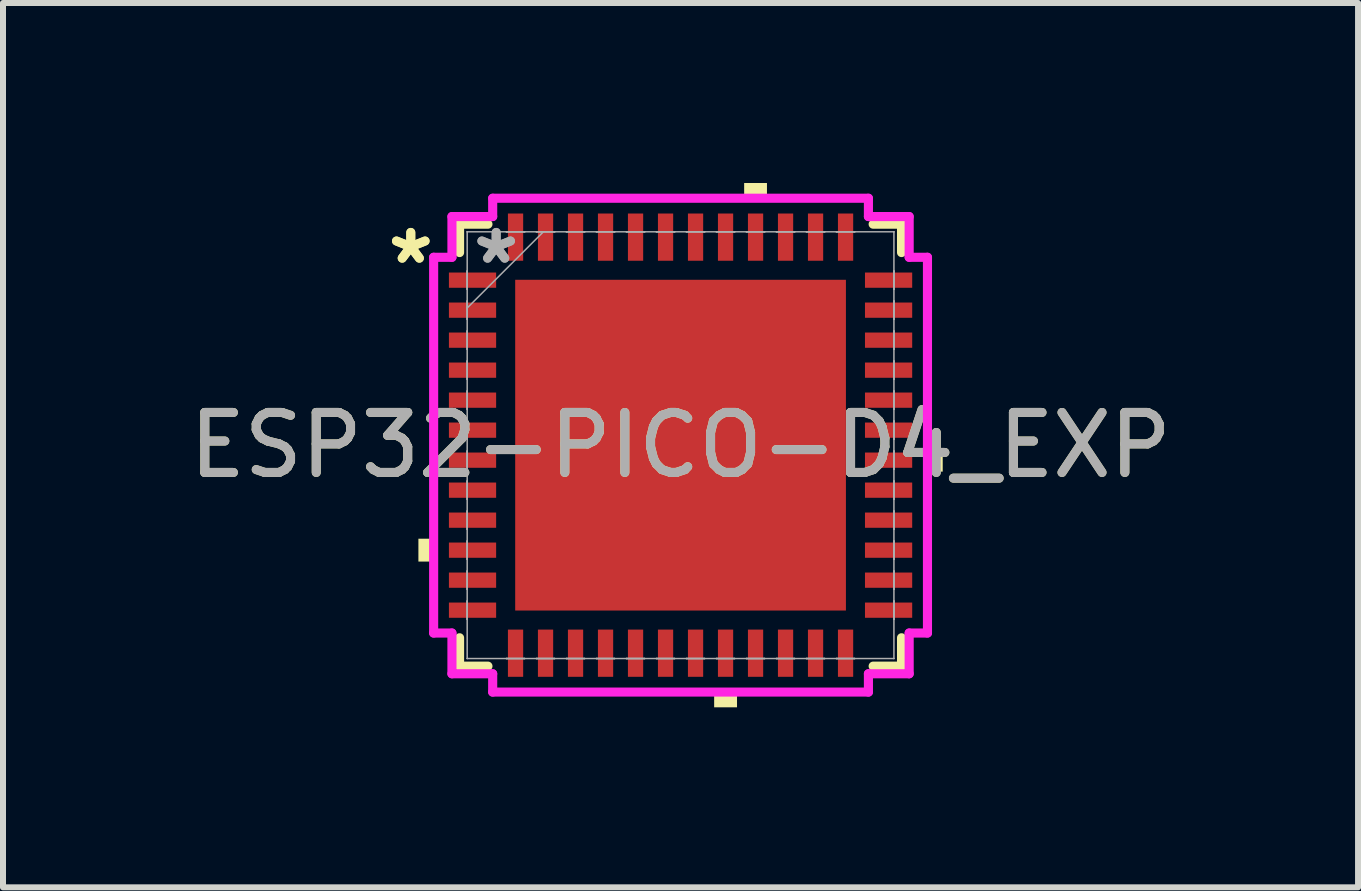
<source format=kicad_pcb>
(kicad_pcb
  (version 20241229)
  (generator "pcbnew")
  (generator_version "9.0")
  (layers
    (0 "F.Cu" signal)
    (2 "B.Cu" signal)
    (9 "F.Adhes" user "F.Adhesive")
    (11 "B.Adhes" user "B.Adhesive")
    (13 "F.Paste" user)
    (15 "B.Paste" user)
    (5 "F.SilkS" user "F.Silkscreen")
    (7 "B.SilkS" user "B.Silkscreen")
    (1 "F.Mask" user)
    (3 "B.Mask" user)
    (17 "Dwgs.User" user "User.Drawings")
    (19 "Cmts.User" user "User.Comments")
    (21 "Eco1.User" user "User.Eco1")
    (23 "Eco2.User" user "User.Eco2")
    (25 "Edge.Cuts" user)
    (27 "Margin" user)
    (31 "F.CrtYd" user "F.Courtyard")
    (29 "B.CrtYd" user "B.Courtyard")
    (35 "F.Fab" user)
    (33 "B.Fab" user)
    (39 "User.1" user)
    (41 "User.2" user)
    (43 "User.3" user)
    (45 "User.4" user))
  (footprint "ESP32-PICO-D4_EXP"
    (layer "F.Cu")
    (at 8.292 4.369)
    (property "Reference" "ESP32-PICO-D4_EXP" (at 0 0 0) (unlocked yes) (layer "F.SilkS") (effects (font (size 1 1) (thickness 0.15))))
    (attr smd)
    (fp_line (start -3.683 -3.683) (end -3.683 -3.21) (stroke (width 0.152) (type solid)) (layer "F.SilkS"))
    (fp_line (start -3.683 3.21) (end -3.683 3.683) (stroke (width 0.152) (type solid)) (layer "F.SilkS"))
    (fp_line (start -3.683 3.683) (end -3.21 3.683) (stroke (width 0.152) (type solid)) (layer "F.SilkS"))
    (fp_line (start -3.21 -3.683) (end -3.683 -3.683) (stroke (width 0.152) (type solid)) (layer "F.SilkS"))
    (fp_line (start 3.21 3.683) (end 3.683 3.683) (stroke (width 0.152) (type solid)) (layer "F.SilkS"))
    (fp_line (start 3.683 -3.683) (end 3.21 -3.683) (stroke (width 0.152) (type solid)) (layer "F.SilkS"))
    (fp_line (start 3.683 -3.21) (end 3.683 -3.683) (stroke (width 0.152) (type solid)) (layer "F.SilkS"))
    (fp_line (start 3.683 3.683) (end 3.683 3.21) (stroke (width 0.152) (type solid)) (layer "F.SilkS"))
    (fp_poly (pts (xy -4.369 1.559) (xy -4.369 1.94) (xy -4.115 1.94) (xy -4.115 1.559)) (stroke (width 0) (type solid)) (fill yes) (layer "F.SilkS"))
    (fp_poly (pts (xy 0.56 4.115) (xy 0.56 4.369) (xy 0.941 4.369) (xy 0.941 4.115)) (stroke (width 0) (type solid)) (fill yes) (layer "F.SilkS"))
    (fp_poly (pts (xy 1.06 -4.115) (xy 1.06 -4.369) (xy 1.44 -4.369) (xy 1.44 -4.115)) (stroke (width 0) (type solid)) (fill yes) (layer "F.SilkS"))
    (fp_poly (pts (xy 4.369 0.059) (xy 4.369 0.441) (xy 4.115 0.441) (xy 4.115 0.059)) (stroke (width 0) (type solid)) (fill yes) (layer "F.SilkS"))
    (fp_poly (pts (xy -2.656 -2.656) (xy -2.656 -1.478) (xy -1.478 -1.478) (xy -1.478 -2.656)) (stroke (width 0) (type solid)) (fill yes) (layer "F.Paste"))
    (fp_poly (pts (xy -2.656 -1.278) (xy -2.656 -0.1) (xy -1.478 -0.1) (xy -1.478 -1.278)) (stroke (width 0) (type solid)) (fill yes) (layer "F.Paste"))
    (fp_poly (pts (xy -2.656 0.1) (xy -2.656 1.278) (xy -1.478 1.278) (xy -1.478 0.1)) (stroke (width 0) (type solid)) (fill yes) (layer "F.Paste"))
    (fp_poly (pts (xy -2.656 1.478) (xy -2.656 2.656) (xy -1.478 2.656) (xy -1.478 1.478)) (stroke (width 0) (type solid)) (fill yes) (layer "F.Paste"))
    (fp_poly (pts (xy -1.278 -2.656) (xy -1.278 -1.478) (xy -0.1 -1.478) (xy -0.1 -2.656)) (stroke (width 0) (type solid)) (fill yes) (layer "F.Paste"))
    (fp_poly (pts (xy -1.278 -1.278) (xy -1.278 -0.1) (xy -0.1 -0.1) (xy -0.1 -1.278)) (stroke (width 0) (type solid)) (fill yes) (layer "F.Paste"))
    (fp_poly (pts (xy -1.278 0.1) (xy -1.278 1.278) (xy -0.1 1.278) (xy -0.1 0.1)) (stroke (width 0) (type solid)) (fill yes) (layer "F.Paste"))
    (fp_poly (pts (xy -1.278 1.478) (xy -1.278 2.656) (xy -0.1 2.656) (xy -0.1 1.478)) (stroke (width 0) (type solid)) (fill yes) (layer "F.Paste"))
    (fp_poly (pts (xy 0.1 -2.656) (xy 0.1 -1.478) (xy 1.278 -1.478) (xy 1.278 -2.656)) (stroke (width 0) (type solid)) (fill yes) (layer "F.Paste"))
    (fp_poly (pts (xy 0.1 -1.278) (xy 0.1 -0.1) (xy 1.278 -0.1) (xy 1.278 -1.278)) (stroke (width 0) (type solid)) (fill yes) (layer "F.Paste"))
    (fp_poly (pts (xy 0.1 0.1) (xy 0.1 1.278) (xy 1.278 1.278) (xy 1.278 0.1)) (stroke (width 0) (type solid)) (fill yes) (layer "F.Paste"))
    (fp_poly (pts (xy 0.1 1.478) (xy 0.1 2.656) (xy 1.278 2.656) (xy 1.278 1.478)) (stroke (width 0) (type solid)) (fill yes) (layer "F.Paste"))
    (fp_poly (pts (xy 1.478 -2.656) (xy 1.478 -1.478) (xy 2.656 -1.478) (xy 2.656 -2.656)) (stroke (width 0) (type solid)) (fill yes) (layer "F.Paste"))
    (fp_poly (pts (xy 1.478 -1.278) (xy 1.478 -0.1) (xy 2.656 -0.1) (xy 2.656 -1.278)) (stroke (width 0) (type solid)) (fill yes) (layer "F.Paste"))
    (fp_poly (pts (xy 1.478 0.1) (xy 1.478 1.278) (xy 2.656 1.278) (xy 2.656 0.1)) (stroke (width 0) (type solid)) (fill yes) (layer "F.Paste"))
    (fp_poly (pts (xy 1.478 1.478) (xy 1.478 2.656) (xy 2.656 2.656) (xy 2.656 1.478)) (stroke (width 0) (type solid)) (fill yes) (layer "F.Paste"))
    (fp_line (start -4.115 -3.131) (end -3.81 -3.131) (stroke (width 0.152) (type solid)) (layer "F.CrtYd"))
    (fp_line (start -4.115 3.131) (end -4.115 -3.131) (stroke (width 0.152) (type solid)) (layer "F.CrtYd"))
    (fp_line (start -3.81 -3.81) (end -3.131 -3.81) (stroke (width 0.152) (type solid)) (layer "F.CrtYd"))
    (fp_line (start -3.81 -3.131) (end -3.81 -3.81) (stroke (width 0.152) (type solid)) (layer "F.CrtYd"))
    (fp_line (start -3.81 3.131) (end -4.115 3.131) (stroke (width 0.152) (type solid)) (layer "F.CrtYd"))
    (fp_line (start -3.81 3.81) (end -3.81 3.131) (stroke (width 0.152) (type solid)) (layer "F.CrtYd"))
    (fp_line (start -3.131 -4.115) (end 3.131 -4.115) (stroke (width 0.152) (type solid)) (layer "F.CrtYd"))
    (fp_line (start -3.131 -3.81) (end -3.131 -4.115) (stroke (width 0.152) (type solid)) (layer "F.CrtYd"))
    (fp_line (start -3.131 3.81) (end -3.81 3.81) (stroke (width 0.152) (type solid)) (layer "F.CrtYd"))
    (fp_line (start -3.131 4.115) (end -3.131 3.81) (stroke (width 0.152) (type solid)) (layer "F.CrtYd"))
    (fp_line (start 3.131 -4.115) (end 3.131 -3.81) (stroke (width 0.152) (type solid)) (layer "F.CrtYd"))
    (fp_line (start 3.131 -3.81) (end 3.81 -3.81) (stroke (width 0.152) (type solid)) (layer "F.CrtYd"))
    (fp_line (start 3.131 3.81) (end 3.131 4.115) (stroke (width 0.152) (type solid)) (layer "F.CrtYd"))
    (fp_line (start 3.131 4.115) (end -3.131 4.115) (stroke (width 0.152) (type solid)) (layer "F.CrtYd"))
    (fp_line (start 3.81 -3.81) (end 3.81 -3.131) (stroke (width 0.152) (type solid)) (layer "F.CrtYd"))
    (fp_line (start 3.81 -3.131) (end 4.115 -3.131) (stroke (width 0.152) (type solid)) (layer "F.CrtYd"))
    (fp_line (start 3.81 3.131) (end 3.81 3.81) (stroke (width 0.152) (type solid)) (layer "F.CrtYd"))
    (fp_line (start 3.81 3.81) (end 3.131 3.81) (stroke (width 0.152) (type solid)) (layer "F.CrtYd"))
    (fp_line (start 4.115 -3.131) (end 4.115 3.131) (stroke (width 0.152) (type solid)) (layer "F.CrtYd"))
    (fp_line (start 4.115 3.131) (end 3.81 3.131) (stroke (width 0.152) (type solid)) (layer "F.CrtYd"))
    (fp_line (start -3.556 -3.556) (end -3.556 -3.556) (stroke (width 0.025) (type solid)) (layer "F.Fab"))
    (fp_line (start -3.556 -3.556) (end -3.556 3.556) (stroke (width 0.025) (type solid)) (layer "F.Fab"))
    (fp_line (start -3.556 -2.902) (end -3.556 -2.902) (stroke (width 0.025) (type solid)) (layer "F.Fab"))
    (fp_line (start -3.556 -2.902) (end -3.556 -2.598) (stroke (width 0.025) (type solid)) (layer "F.Fab"))
    (fp_line (start -3.556 -2.598) (end -3.556 -2.902) (stroke (width 0.025) (type solid)) (layer "F.Fab"))
    (fp_line (start -3.556 -2.598) (end -3.556 -2.598) (stroke (width 0.025) (type solid)) (layer "F.Fab"))
    (fp_line (start -3.556 -2.402) (end -3.556 -2.402) (stroke (width 0.025) (type solid)) (layer "F.Fab"))
    (fp_line (start -3.556 -2.402) (end -3.556 -2.098) (stroke (width 0.025) (type solid)) (layer "F.Fab"))
    (fp_line (start -3.556 -2.286) (end -2.286 -3.556) (stroke (width 0.025) (type solid)) (layer "F.Fab"))
    (fp_line (start -3.556 -2.098) (end -3.556 -2.402) (stroke (width 0.025) (type solid)) (layer "F.Fab"))
    (fp_line (start -3.556 -2.098) (end -3.556 -2.098) (stroke (width 0.025) (type solid)) (layer "F.Fab"))
    (fp_line (start -3.556 -1.902) (end -3.556 -1.902) (stroke (width 0.025) (type solid)) (layer "F.Fab"))
    (fp_line (start -3.556 -1.902) (end -3.556 -1.598) (stroke (width 0.025) (type solid)) (layer "F.Fab"))
    (fp_line (start -3.556 -1.598) (end -3.556 -1.902) (stroke (width 0.025) (type solid)) (layer "F.Fab"))
    (fp_line (start -3.556 -1.598) (end -3.556 -1.598) (stroke (width 0.025) (type solid)) (layer "F.Fab"))
    (fp_line (start -3.556 -1.402) (end -3.556 -1.402) (stroke (width 0.025) (type solid)) (layer "F.Fab"))
    (fp_line (start -3.556 -1.402) (end -3.556 -1.098) (stroke (width 0.025) (type solid)) (layer "F.Fab"))
    (fp_line (start -3.556 -1.098) (end -3.556 -1.402) (stroke (width 0.025) (type solid)) (layer "F.Fab"))
    (fp_line (start -3.556 -1.098) (end -3.556 -1.098) (stroke (width 0.025) (type solid)) (layer "F.Fab"))
    (fp_line (start -3.556 -0.902) (end -3.556 -0.902) (stroke (width 0.025) (type solid)) (layer "F.Fab"))
    (fp_line (start -3.556 -0.902) (end -3.556 -0.598) (stroke (width 0.025) (type solid)) (layer "F.Fab"))
    (fp_line (start -3.556 -0.598) (end -3.556 -0.902) (stroke (width 0.025) (type solid)) (layer "F.Fab"))
    (fp_line (start -3.556 -0.598) (end -3.556 -0.598) (stroke (width 0.025) (type solid)) (layer "F.Fab"))
    (fp_line (start -3.556 -0.402) (end -3.556 -0.402) (stroke (width 0.025) (type solid)) (layer "F.Fab"))
    (fp_line (start -3.556 -0.402) (end -3.556 -0.098) (stroke (width 0.025) (type solid)) (layer "F.Fab"))
    (fp_line (start -3.556 -0.098) (end -3.556 -0.402) (stroke (width 0.025) (type solid)) (layer "F.Fab"))
    (fp_line (start -3.556 -0.098) (end -3.556 -0.098) (stroke (width 0.025) (type solid)) (layer "F.Fab"))
    (fp_line (start -3.556 0.098) (end -3.556 0.098) (stroke (width 0.025) (type solid)) (layer "F.Fab"))
    (fp_line (start -3.556 0.098) (end -3.556 0.402) (stroke (width 0.025) (type solid)) (layer "F.Fab"))
    (fp_line (start -3.556 0.402) (end -3.556 0.098) (stroke (width 0.025) (type solid)) (layer "F.Fab"))
    (fp_line (start -3.556 0.402) (end -3.556 0.402) (stroke (width 0.025) (type solid)) (layer "F.Fab"))
    (fp_line (start -3.556 0.598) (end -3.556 0.598) (stroke (width 0.025) (type solid)) (layer "F.Fab"))
    (fp_line (start -3.556 0.598) (end -3.556 0.902) (stroke (width 0.025) (type solid)) (layer "F.Fab"))
    (fp_line (start -3.556 0.902) (end -3.556 0.598) (stroke (width 0.025) (type solid)) (layer "F.Fab"))
    (fp_line (start -3.556 0.902) (end -3.556 0.902) (stroke (width 0.025) (type solid)) (layer "F.Fab"))
    (fp_line (start -3.556 1.098) (end -3.556 1.098) (stroke (width 0.025) (type solid)) (layer "F.Fab"))
    (fp_line (start -3.556 1.098) (end -3.556 1.402) (stroke (width 0.025) (type solid)) (layer "F.Fab"))
    (fp_line (start -3.556 1.402) (end -3.556 1.098) (stroke (width 0.025) (type solid)) (layer "F.Fab"))
    (fp_line (start -3.556 1.402) (end -3.556 1.402) (stroke (width 0.025) (type solid)) (layer "F.Fab"))
    (fp_line (start -3.556 1.598) (end -3.556 1.598) (stroke (width 0.025) (type solid)) (layer "F.Fab"))
    (fp_line (start -3.556 1.598) (end -3.556 1.902) (stroke (width 0.025) (type solid)) (layer "F.Fab"))
    (fp_line (start -3.556 1.902) (end -3.556 1.598) (stroke (width 0.025) (type solid)) (layer "F.Fab"))
    (fp_line (start -3.556 1.902) (end -3.556 1.902) (stroke (width 0.025) (type solid)) (layer "F.Fab"))
    (fp_line (start -3.556 2.098) (end -3.556 2.098) (stroke (width 0.025) (type solid)) (layer "F.Fab"))
    (fp_line (start -3.556 2.098) (end -3.556 2.402) (stroke (width 0.025) (type solid)) (layer "F.Fab"))
    (fp_line (start -3.556 2.402) (end -3.556 2.098) (stroke (width 0.025) (type solid)) (layer "F.Fab"))
    (fp_line (start -3.556 2.402) (end -3.556 2.402) (stroke (width 0.025) (type solid)) (layer "F.Fab"))
    (fp_line (start -3.556 2.598) (end -3.556 2.598) (stroke (width 0.025) (type solid)) (layer "F.Fab"))
    (fp_line (start -3.556 2.598) (end -3.556 2.902) (stroke (width 0.025) (type solid)) (layer "F.Fab"))
    (fp_line (start -3.556 2.902) (end -3.556 2.598) (stroke (width 0.025) (type solid)) (layer "F.Fab"))
    (fp_line (start -3.556 2.902) (end -3.556 2.902) (stroke (width 0.025) (type solid)) (layer "F.Fab"))
    (fp_line (start -3.556 3.556) (end -3.556 3.556) (stroke (width 0.025) (type solid)) (layer "F.Fab"))
    (fp_line (start -3.556 3.556) (end 3.556 3.556) (stroke (width 0.025) (type solid)) (layer "F.Fab"))
    (fp_line (start -2.902 -3.556) (end -2.902 -3.556) (stroke (width 0.025) (type solid)) (layer "F.Fab"))
    (fp_line (start -2.902 -3.556) (end -2.598 -3.556) (stroke (width 0.025) (type solid)) (layer "F.Fab"))
    (fp_line (start -2.902 3.556) (end -2.902 3.556) (stroke (width 0.025) (type solid)) (layer "F.Fab"))
    (fp_line (start -2.902 3.556) (end -2.598 3.556) (stroke (width 0.025) (type solid)) (layer "F.Fab"))
    (fp_line (start -2.598 -3.556) (end -2.902 -3.556) (stroke (width 0.025) (type solid)) (layer "F.Fab"))
    (fp_line (start -2.598 -3.556) (end -2.598 -3.556) (stroke (width 0.025) (type solid)) (layer "F.Fab"))
    (fp_line (start -2.598 3.556) (end -2.902 3.556) (stroke (width 0.025) (type solid)) (layer "F.Fab"))
    (fp_line (start -2.598 3.556) (end -2.598 3.556) (stroke (width 0.025) (type solid)) (layer "F.Fab"))
    (fp_line (start -2.402 -3.556) (end -2.402 -3.556) (stroke (width 0.025) (type solid)) (layer "F.Fab"))
    (fp_line (start -2.402 -3.556) (end -2.098 -3.556) (stroke (width 0.025) (type solid)) (layer "F.Fab"))
    (fp_line (start -2.402 3.556) (end -2.402 3.556) (stroke (width 0.025) (type solid)) (layer "F.Fab"))
    (fp_line (start -2.402 3.556) (end -2.098 3.556) (stroke (width 0.025) (type solid)) (layer "F.Fab"))
    (fp_line (start -2.098 -3.556) (end -2.402 -3.556) (stroke (width 0.025) (type solid)) (layer "F.Fab"))
    (fp_line (start -2.098 -3.556) (end -2.098 -3.556) (stroke (width 0.025) (type solid)) (layer "F.Fab"))
    (fp_line (start -2.098 3.556) (end -2.402 3.556) (stroke (width 0.025) (type solid)) (layer "F.Fab"))
    (fp_line (start -2.098 3.556) (end -2.098 3.556) (stroke (width 0.025) (type solid)) (layer "F.Fab"))
    (fp_line (start -1.902 -3.556) (end -1.902 -3.556) (stroke (width 0.025) (type solid)) (layer "F.Fab"))
    (fp_line (start -1.902 -3.556) (end -1.598 -3.556) (stroke (width 0.025) (type solid)) (layer "F.Fab"))
    (fp_line (start -1.902 3.556) (end -1.902 3.556) (stroke (width 0.025) (type solid)) (layer "F.Fab"))
    (fp_line (start -1.902 3.556) (end -1.598 3.556) (stroke (width 0.025) (type solid)) (layer "F.Fab"))
    (fp_line (start -1.598 -3.556) (end -1.902 -3.556) (stroke (width 0.025) (type solid)) (layer "F.Fab"))
    (fp_line (start -1.598 -3.556) (end -1.598 -3.556) (stroke (width 0.025) (type solid)) (layer "F.Fab"))
    (fp_line (start -1.598 3.556) (end -1.902 3.556) (stroke (width 0.025) (type solid)) (layer "F.Fab"))
    (fp_line (start -1.598 3.556) (end -1.598 3.556) (stroke (width 0.025) (type solid)) (layer "F.Fab"))
    (fp_line (start -1.402 -3.556) (end -1.402 -3.556) (stroke (width 0.025) (type solid)) (layer "F.Fab"))
    (fp_line (start -1.402 -3.556) (end -1.098 -3.556) (stroke (width 0.025) (type solid)) (layer "F.Fab"))
    (fp_line (start -1.402 3.556) (end -1.402 3.556) (stroke (width 0.025) (type solid)) (layer "F.Fab"))
    (fp_line (start -1.402 3.556) (end -1.098 3.556) (stroke (width 0.025) (type solid)) (layer "F.Fab"))
    (fp_line (start -1.098 -3.556) (end -1.402 -3.556) (stroke (width 0.025) (type solid)) (layer "F.Fab"))
    (fp_line (start -1.098 -3.556) (end -1.098 -3.556) (stroke (width 0.025) (type solid)) (layer "F.Fab"))
    (fp_line (start -1.098 3.556) (end -1.402 3.556) (stroke (width 0.025) (type solid)) (layer "F.Fab"))
    (fp_line (start -1.098 3.556) (end -1.098 3.556) (stroke (width 0.025) (type solid)) (layer "F.Fab"))
    (fp_line (start -0.902 -3.556) (end -0.902 -3.556) (stroke (width 0.025) (type solid)) (layer "F.Fab"))
    (fp_line (start -0.902 -3.556) (end -0.598 -3.556) (stroke (width 0.025) (type solid)) (layer "F.Fab"))
    (fp_line (start -0.902 3.556) (end -0.902 3.556) (stroke (width 0.025) (type solid)) (layer "F.Fab"))
    (fp_line (start -0.902 3.556) (end -0.598 3.556) (stroke (width 0.025) (type solid)) (layer "F.Fab"))
    (fp_line (start -0.598 -3.556) (end -0.902 -3.556) (stroke (width 0.025) (type solid)) (layer "F.Fab"))
    (fp_line (start -0.598 -3.556) (end -0.598 -3.556) (stroke (width 0.025) (type solid)) (layer "F.Fab"))
    (fp_line (start -0.598 3.556) (end -0.902 3.556) (stroke (width 0.025) (type solid)) (layer "F.Fab"))
    (fp_line (start -0.598 3.556) (end -0.598 3.556) (stroke (width 0.025) (type solid)) (layer "F.Fab"))
    (fp_line (start -0.402 -3.556) (end -0.402 -3.556) (stroke (width 0.025) (type solid)) (layer "F.Fab"))
    (fp_line (start -0.402 -3.556) (end -0.098 -3.556) (stroke (width 0.025) (type solid)) (layer "F.Fab"))
    (fp_line (start -0.402 3.556) (end -0.402 3.556) (stroke (width 0.025) (type solid)) (layer "F.Fab"))
    (fp_line (start -0.402 3.556) (end -0.098 3.556) (stroke (width 0.025) (type solid)) (layer "F.Fab"))
    (fp_line (start -0.098 -3.556) (end -0.402 -3.556) (stroke (width 0.025) (type solid)) (layer "F.Fab"))
    (fp_line (start -0.098 -3.556) (end -0.098 -3.556) (stroke (width 0.025) (type solid)) (layer "F.Fab"))
    (fp_line (start -0.098 3.556) (end -0.402 3.556) (stroke (width 0.025) (type solid)) (layer "F.Fab"))
    (fp_line (start -0.098 3.556) (end -0.098 3.556) (stroke (width 0.025) (type solid)) (layer "F.Fab"))
    (fp_line (start 0.098 -3.556) (end 0.098 -3.556) (stroke (width 0.025) (type solid)) (layer "F.Fab"))
    (fp_line (start 0.098 -3.556) (end 0.402 -3.556) (stroke (width 0.025) (type solid)) (layer "F.Fab"))
    (fp_line (start 0.098 3.556) (end 0.098 3.556) (stroke (width 0.025) (type solid)) (layer "F.Fab"))
    (fp_line (start 0.098 3.556) (end 0.402 3.556) (stroke (width 0.025) (type solid)) (layer "F.Fab"))
    (fp_line (start 0.402 -3.556) (end 0.098 -3.556) (stroke (width 0.025) (type solid)) (layer "F.Fab"))
    (fp_line (start 0.402 -3.556) (end 0.402 -3.556) (stroke (width 0.025) (type solid)) (layer "F.Fab"))
    (fp_line (start 0.402 3.556) (end 0.098 3.556) (stroke (width 0.025) (type solid)) (layer "F.Fab"))
    (fp_line (start 0.402 3.556) (end 0.402 3.556) (stroke (width 0.025) (type solid)) (layer "F.Fab"))
    (fp_line (start 0.598 -3.556) (end 0.598 -3.556) (stroke (width 0.025) (type solid)) (layer "F.Fab"))
    (fp_line (start 0.598 -3.556) (end 0.902 -3.556) (stroke (width 0.025) (type solid)) (layer "F.Fab"))
    (fp_line (start 0.598 3.556) (end 0.598 3.556) (stroke (width 0.025) (type solid)) (layer "F.Fab"))
    (fp_line (start 0.598 3.556) (end 0.902 3.556) (stroke (width 0.025) (type solid)) (layer "F.Fab"))
    (fp_line (start 0.902 -3.556) (end 0.598 -3.556) (stroke (width 0.025) (type solid)) (layer "F.Fab"))
    (fp_line (start 0.902 -3.556) (end 0.902 -3.556) (stroke (width 0.025) (type solid)) (layer "F.Fab"))
    (fp_line (start 0.902 3.556) (end 0.598 3.556) (stroke (width 0.025) (type solid)) (layer "F.Fab"))
    (fp_line (start 0.902 3.556) (end 0.902 3.556) (stroke (width 0.025) (type solid)) (layer "F.Fab"))
    (fp_line (start 1.098 -3.556) (end 1.098 -3.556) (stroke (width 0.025) (type solid)) (layer "F.Fab"))
    (fp_line (start 1.098 -3.556) (end 1.402 -3.556) (stroke (width 0.025) (type solid)) (layer "F.Fab"))
    (fp_line (start 1.098 3.556) (end 1.098 3.556) (stroke (width 0.025) (type solid)) (layer "F.Fab"))
    (fp_line (start 1.098 3.556) (end 1.402 3.556) (stroke (width 0.025) (type solid)) (layer "F.Fab"))
    (fp_line (start 1.402 -3.556) (end 1.098 -3.556) (stroke (width 0.025) (type solid)) (layer "F.Fab"))
    (fp_line (start 1.402 -3.556) (end 1.402 -3.556) (stroke (width 0.025) (type solid)) (layer "F.Fab"))
    (fp_line (start 1.402 3.556) (end 1.098 3.556) (stroke (width 0.025) (type solid)) (layer "F.Fab"))
    (fp_line (start 1.402 3.556) (end 1.402 3.556) (stroke (width 0.025) (type solid)) (layer "F.Fab"))
    (fp_line (start 1.598 -3.556) (end 1.598 -3.556) (stroke (width 0.025) (type solid)) (layer "F.Fab"))
    (fp_line (start 1.598 -3.556) (end 1.902 -3.556) (stroke (width 0.025) (type solid)) (layer "F.Fab"))
    (fp_line (start 1.598 3.556) (end 1.598 3.556) (stroke (width 0.025) (type solid)) (layer "F.Fab"))
    (fp_line (start 1.598 3.556) (end 1.902 3.556) (stroke (width 0.025) (type solid)) (layer "F.Fab"))
    (fp_line (start 1.902 -3.556) (end 1.598 -3.556) (stroke (width 0.025) (type solid)) (layer "F.Fab"))
    (fp_line (start 1.902 -3.556) (end 1.902 -3.556) (stroke (width 0.025) (type solid)) (layer "F.Fab"))
    (fp_line (start 1.902 3.556) (end 1.598 3.556) (stroke (width 0.025) (type solid)) (layer "F.Fab"))
    (fp_line (start 1.902 3.556) (end 1.902 3.556) (stroke (width 0.025) (type solid)) (layer "F.Fab"))
    (fp_line (start 2.098 -3.556) (end 2.098 -3.556) (stroke (width 0.025) (type solid)) (layer "F.Fab"))
    (fp_line (start 2.098 -3.556) (end 2.402 -3.556) (stroke (width 0.025) (type solid)) (layer "F.Fab"))
    (fp_line (start 2.098 3.556) (end 2.098 3.556) (stroke (width 0.025) (type solid)) (layer "F.Fab"))
    (fp_line (start 2.098 3.556) (end 2.402 3.556) (stroke (width 0.025) (type solid)) (layer "F.Fab"))
    (fp_line (start 2.402 -3.556) (end 2.098 -3.556) (stroke (width 0.025) (type solid)) (layer "F.Fab"))
    (fp_line (start 2.402 -3.556) (end 2.402 -3.556) (stroke (width 0.025) (type solid)) (layer "F.Fab"))
    (fp_line (start 2.402 3.556) (end 2.098 3.556) (stroke (width 0.025) (type solid)) (layer "F.Fab"))
    (fp_line (start 2.402 3.556) (end 2.402 3.556) (stroke (width 0.025) (type solid)) (layer "F.Fab"))
    (fp_line (start 2.598 -3.556) (end 2.598 -3.556) (stroke (width 0.025) (type solid)) (layer "F.Fab"))
    (fp_line (start 2.598 -3.556) (end 2.902 -3.556) (stroke (width 0.025) (type solid)) (layer "F.Fab"))
    (fp_line (start 2.598 3.556) (end 2.598 3.556) (stroke (width 0.025) (type solid)) (layer "F.Fab"))
    (fp_line (start 2.598 3.556) (end 2.902 3.556) (stroke (width 0.025) (type solid)) (layer "F.Fab"))
    (fp_line (start 2.902 -3.556) (end 2.598 -3.556) (stroke (width 0.025) (type solid)) (layer "F.Fab"))
    (fp_line (start 2.902 -3.556) (end 2.902 -3.556) (stroke (width 0.025) (type solid)) (layer "F.Fab"))
    (fp_line (start 2.902 3.556) (end 2.598 3.556) (stroke (width 0.025) (type solid)) (layer "F.Fab"))
    (fp_line (start 2.902 3.556) (end 2.902 3.556) (stroke (width 0.025) (type solid)) (layer "F.Fab"))
    (fp_line (start 3.556 -3.556) (end -3.556 -3.556) (stroke (width 0.025) (type solid)) (layer "F.Fab"))
    (fp_line (start 3.556 -3.556) (end 3.556 -3.556) (stroke (width 0.025) (type solid)) (layer "F.Fab"))
    (fp_line (start 3.556 -2.902) (end 3.556 -2.902) (stroke (width 0.025) (type solid)) (layer "F.Fab"))
    (fp_line (start 3.556 -2.902) (end 3.556 -2.598) (stroke (width 0.025) (type solid)) (layer "F.Fab"))
    (fp_line (start 3.556 -2.598) (end 3.556 -2.902) (stroke (width 0.025) (type solid)) (layer "F.Fab"))
    (fp_line (start 3.556 -2.598) (end 3.556 -2.598) (stroke (width 0.025) (type solid)) (layer "F.Fab"))
    (fp_line (start 3.556 -2.402) (end 3.556 -2.402) (stroke (width 0.025) (type solid)) (layer "F.Fab"))
    (fp_line (start 3.556 -2.402) (end 3.556 -2.098) (stroke (width 0.025) (type solid)) (layer "F.Fab"))
    (fp_line (start 3.556 -2.098) (end 3.556 -2.402) (stroke (width 0.025) (type solid)) (layer "F.Fab"))
    (fp_line (start 3.556 -2.098) (end 3.556 -2.098) (stroke (width 0.025) (type solid)) (layer "F.Fab"))
    (fp_line (start 3.556 -1.902) (end 3.556 -1.902) (stroke (width 0.025) (type solid)) (layer "F.Fab"))
    (fp_line (start 3.556 -1.902) (end 3.556 -1.598) (stroke (width 0.025) (type solid)) (layer "F.Fab"))
    (fp_line (start 3.556 -1.598) (end 3.556 -1.902) (stroke (width 0.025) (type solid)) (layer "F.Fab"))
    (fp_line (start 3.556 -1.598) (end 3.556 -1.598) (stroke (width 0.025) (type solid)) (layer "F.Fab"))
    (fp_line (start 3.556 -1.402) (end 3.556 -1.402) (stroke (width 0.025) (type solid)) (layer "F.Fab"))
    (fp_line (start 3.556 -1.402) (end 3.556 -1.098) (stroke (width 0.025) (type solid)) (layer "F.Fab"))
    (fp_line (start 3.556 -1.098) (end 3.556 -1.402) (stroke (width 0.025) (type solid)) (layer "F.Fab"))
    (fp_line (start 3.556 -1.098) (end 3.556 -1.098) (stroke (width 0.025) (type solid)) (layer "F.Fab"))
    (fp_line (start 3.556 -0.902) (end 3.556 -0.902) (stroke (width 0.025) (type solid)) (layer "F.Fab"))
    (fp_line (start 3.556 -0.902) (end 3.556 -0.598) (stroke (width 0.025) (type solid)) (layer "F.Fab"))
    (fp_line (start 3.556 -0.598) (end 3.556 -0.902) (stroke (width 0.025) (type solid)) (layer "F.Fab"))
    (fp_line (start 3.556 -0.598) (end 3.556 -0.598) (stroke (width 0.025) (type solid)) (layer "F.Fab"))
    (fp_line (start 3.556 -0.402) (end 3.556 -0.402) (stroke (width 0.025) (type solid)) (layer "F.Fab"))
    (fp_line (start 3.556 -0.402) (end 3.556 -0.098) (stroke (width 0.025) (type solid)) (layer "F.Fab"))
    (fp_line (start 3.556 -0.098) (end 3.556 -0.402) (stroke (width 0.025) (type solid)) (layer "F.Fab"))
    (fp_line (start 3.556 -0.098) (end 3.556 -0.098) (stroke (width 0.025) (type solid)) (layer "F.Fab"))
    (fp_line (start 3.556 0.098) (end 3.556 0.098) (stroke (width 0.025) (type solid)) (layer "F.Fab"))
    (fp_line (start 3.556 0.098) (end 3.556 0.402) (stroke (width 0.025) (type solid)) (layer "F.Fab"))
    (fp_line (start 3.556 0.402) (end 3.556 0.098) (stroke (width 0.025) (type solid)) (layer "F.Fab"))
    (fp_line (start 3.556 0.402) (end 3.556 0.402) (stroke (width 0.025) (type solid)) (layer "F.Fab"))
    (fp_line (start 3.556 0.598) (end 3.556 0.598) (stroke (width 0.025) (type solid)) (layer "F.Fab"))
    (fp_line (start 3.556 0.598) (end 3.556 0.902) (stroke (width 0.025) (type solid)) (layer "F.Fab"))
    (fp_line (start 3.556 0.902) (end 3.556 0.598) (stroke (width 0.025) (type solid)) (layer "F.Fab"))
    (fp_line (start 3.556 0.902) (end 3.556 0.902) (stroke (width 0.025) (type solid)) (layer "F.Fab"))
    (fp_line (start 3.556 1.098) (end 3.556 1.098) (stroke (width 0.025) (type solid)) (layer "F.Fab"))
    (fp_line (start 3.556 1.098) (end 3.556 1.402) (stroke (width 0.025) (type solid)) (layer "F.Fab"))
    (fp_line (start 3.556 1.402) (end 3.556 1.098) (stroke (width 0.025) (type solid)) (layer "F.Fab"))
    (fp_line (start 3.556 1.402) (end 3.556 1.402) (stroke (width 0.025) (type solid)) (layer "F.Fab"))
    (fp_line (start 3.556 1.598) (end 3.556 1.598) (stroke (width 0.025) (type solid)) (layer "F.Fab"))
    (fp_line (start 3.556 1.598) (end 3.556 1.902) (stroke (width 0.025) (type solid)) (layer "F.Fab"))
    (fp_line (start 3.556 1.902) (end 3.556 1.598) (stroke (width 0.025) (type solid)) (layer "F.Fab"))
    (fp_line (start 3.556 1.902) (end 3.556 1.902) (stroke (width 0.025) (type solid)) (layer "F.Fab"))
    (fp_line (start 3.556 2.098) (end 3.556 2.098) (stroke (width 0.025) (type solid)) (layer "F.Fab"))
    (fp_line (start 3.556 2.098) (end 3.556 2.402) (stroke (width 0.025) (type solid)) (layer "F.Fab"))
    (fp_line (start 3.556 2.402) (end 3.556 2.098) (stroke (width 0.025) (type solid)) (layer "F.Fab"))
    (fp_line (start 3.556 2.402) (end 3.556 2.402) (stroke (width 0.025) (type solid)) (layer "F.Fab"))
    (fp_line (start 3.556 2.598) (end 3.556 2.598) (stroke (width 0.025) (type solid)) (layer "F.Fab"))
    (fp_line (start 3.556 2.598) (end 3.556 2.902) (stroke (width 0.025) (type solid)) (layer "F.Fab"))
    (fp_line (start 3.556 2.902) (end 3.556 2.598) (stroke (width 0.025) (type solid)) (layer "F.Fab"))
    (fp_line (start 3.556 2.902) (end 3.556 2.902) (stroke (width 0.025) (type solid)) (layer "F.Fab"))
    (fp_line (start 3.556 3.556) (end 3.556 -3.556) (stroke (width 0.025) (type solid)) (layer "F.Fab"))
    (fp_line (start 3.556 3.556) (end 3.556 3.556) (stroke (width 0.025) (type solid)) (layer "F.Fab"))
    (fp_text user "*" (at -4.496 -3 0) (layer "F.SilkS") (effects (font (size 1 1) (thickness 0.15))))
    (fp_text user "*" (at -4.496 -3 0) (unlocked yes) (layer "F.SilkS") (effects (font (size 1 1) (thickness 0.15))))
    (fp_text user "${REFERENCE}" (at 0 0 0) (unlocked yes) (layer "F.Fab") (effects (font (size 1 1) (thickness 0.15))))
    (fp_text user "*" (at -3.073 -3 0) (unlocked yes) (layer "F.Fab") (effects (font (size 1 1) (thickness 0.15))))
    (fp_text user "*" (at -3.073 -3 0) (layer "F.Fab") (effects (font (size 1 1) (thickness 0.15))))
    (pad "1" smd rect (at -3.467 -2.75 90) (size 0.254 0.787) (layers "F.Cu" "F.Mask" "F.Paste"))
    (pad "2" smd rect (at -3.467 -2.25 90) (size 0.254 0.787) (layers "F.Cu" "F.Mask" "F.Paste"))
    (pad "3" smd rect (at -3.467 -1.75 90) (size 0.254 0.787) (layers "F.Cu" "F.Mask" "F.Paste"))
    (pad "4" smd rect (at -3.467 -1.25 90) (size 0.254 0.787) (layers "F.Cu" "F.Mask" "F.Paste"))
    (pad "5" smd rect (at -3.467 -0.75 90) (size 0.254 0.787) (layers "F.Cu" "F.Mask" "F.Paste"))
    (pad "6" smd rect (at -3.467 -0.25 90) (size 0.254 0.787) (layers "F.Cu" "F.Mask" "F.Paste"))
    (pad "7" smd rect (at -3.467 0.25 90) (size 0.254 0.787) (layers "F.Cu" "F.Mask" "F.Paste"))
    (pad "8" smd rect (at -3.467 0.75 90) (size 0.254 0.787) (layers "F.Cu" "F.Mask" "F.Paste"))
    (pad "9" smd rect (at -3.467 1.25 90) (size 0.254 0.787) (layers "F.Cu" "F.Mask" "F.Paste"))
    (pad "10" smd rect (at -3.467 1.75 90) (size 0.254 0.787) (layers "F.Cu" "F.Mask" "F.Paste"))
    (pad "11" smd rect (at -3.467 2.25 90) (size 0.254 0.787) (layers "F.Cu" "F.Mask" "F.Paste"))
    (pad "12" smd rect (at -3.467 2.75 90) (size 0.254 0.787) (layers "F.Cu" "F.Mask" "F.Paste"))
    (pad "13" smd rect (at -2.75 3.467) (size 0.254 0.787) (layers "F.Cu" "F.Mask" "F.Paste"))
    (pad "14" smd rect (at -2.25 3.467) (size 0.254 0.787) (layers "F.Cu" "F.Mask" "F.Paste"))
    (pad "15" smd rect (at -1.75 3.467) (size 0.254 0.787) (layers "F.Cu" "F.Mask" "F.Paste"))
    (pad "16" smd rect (at -1.25 3.467) (size 0.254 0.787) (layers "F.Cu" "F.Mask" "F.Paste"))
    (pad "17" smd rect (at -0.75 3.467) (size 0.254 0.787) (layers "F.Cu" "F.Mask" "F.Paste"))
    (pad "18" smd rect (at -0.25 3.467) (size 0.254 0.787) (layers "F.Cu" "F.Mask" "F.Paste"))
    (pad "19" smd rect (at 0.25 3.467) (size 0.254 0.787) (layers "F.Cu" "F.Mask" "F.Paste"))
    (pad "20" smd rect (at 0.75 3.467) (size 0.254 0.787) (layers "F.Cu" "F.Mask" "F.Paste"))
    (pad "21" smd rect (at 1.25 3.467) (size 0.254 0.787) (layers "F.Cu" "F.Mask" "F.Paste"))
    (pad "22" smd rect (at 1.75 3.467) (size 0.254 0.787) (layers "F.Cu" "F.Mask" "F.Paste"))
    (pad "23" smd rect (at 2.25 3.467) (size 0.254 0.787) (layers "F.Cu" "F.Mask" "F.Paste"))
    (pad "24" smd rect (at 2.75 3.467) (size 0.254 0.787) (layers "F.Cu" "F.Mask" "F.Paste"))
    (pad "25" smd rect (at 3.467 2.75 90) (size 0.254 0.787) (layers "F.Cu" "F.Mask" "F.Paste"))
    (pad "26" smd rect (at 3.467 2.25 90) (size 0.254 0.787) (layers "F.Cu" "F.Mask" "F.Paste"))
    (pad "27" smd rect (at 3.467 1.75 90) (size 0.254 0.787) (layers "F.Cu" "F.Mask" "F.Paste"))
    (pad "28" smd rect (at 3.467 1.25 90) (size 0.254 0.787) (layers "F.Cu" "F.Mask" "F.Paste"))
    (pad "29" smd rect (at 3.467 0.75 90) (size 0.254 0.787) (layers "F.Cu" "F.Mask" "F.Paste"))
    (pad "30" smd rect (at 3.467 0.25 90) (size 0.254 0.787) (layers "F.Cu" "F.Mask" "F.Paste"))
    (pad "31" smd rect (at 3.467 -0.25 90) (size 0.254 0.787) (layers "F.Cu" "F.Mask" "F.Paste"))
    (pad "32" smd rect (at 3.467 -0.75 90) (size 0.254 0.787) (layers "F.Cu" "F.Mask" "F.Paste"))
    (pad "33" smd rect (at 3.467 -1.25 90) (size 0.254 0.787) (layers "F.Cu" "F.Mask" "F.Paste"))
    (pad "34" smd rect (at 3.467 -1.75 90) (size 0.254 0.787) (layers "F.Cu" "F.Mask" "F.Paste"))
    (pad "35" smd rect (at 3.467 -2.25 90) (size 0.254 0.787) (layers "F.Cu" "F.Mask" "F.Paste"))
    (pad "36" smd rect (at 3.467 -2.75 90) (size 0.254 0.787) (layers "F.Cu" "F.Mask" "F.Paste"))
    (pad "37" smd rect (at 2.75 -3.467) (size 0.254 0.787) (layers "F.Cu" "F.Mask" "F.Paste"))
    (pad "38" smd rect (at 2.25 -3.467) (size 0.254 0.787) (layers "F.Cu" "F.Mask" "F.Paste"))
    (pad "39" smd rect (at 1.75 -3.467) (size 0.254 0.787) (layers "F.Cu" "F.Mask" "F.Paste"))
    (pad "40" smd rect (at 1.25 -3.467) (size 0.254 0.787) (layers "F.Cu" "F.Mask" "F.Paste"))
    (pad "41" smd rect (at 0.75 -3.467) (size 0.254 0.787) (layers "F.Cu" "F.Mask" "F.Paste"))
    (pad "42" smd rect (at 0.25 -3.467) (size 0.254 0.787) (layers "F.Cu" "F.Mask" "F.Paste"))
    (pad "43" smd rect (at -0.25 -3.467) (size 0.254 0.787) (layers "F.Cu" "F.Mask" "F.Paste"))
    (pad "44" smd rect (at -0.75 -3.467) (size 0.254 0.787) (layers "F.Cu" "F.Mask" "F.Paste"))
    (pad "45" smd rect (at -1.25 -3.467) (size 0.254 0.787) (layers "F.Cu" "F.Mask" "F.Paste"))
    (pad "46" smd rect (at -1.75 -3.467) (size 0.254 0.787) (layers "F.Cu" "F.Mask" "F.Paste"))
    (pad "47" smd rect (at -2.25 -3.467) (size 0.254 0.787) (layers "F.Cu" "F.Mask" "F.Paste"))
    (pad "48" smd rect (at -2.75 -3.467) (size 0.254 0.787) (layers "F.Cu" "F.Mask" "F.Paste"))
    (pad "49" smd rect (at 0 0) (size 5.512 5.512) (layers "F.Cu" "F.Mask")))
  (gr_rect
    (start -3 -3)
    (end 19.583 11.738)
    (stroke (width 0.1) (type default))
    (fill no)
    (layer "Edge.Cuts")))
</source>
